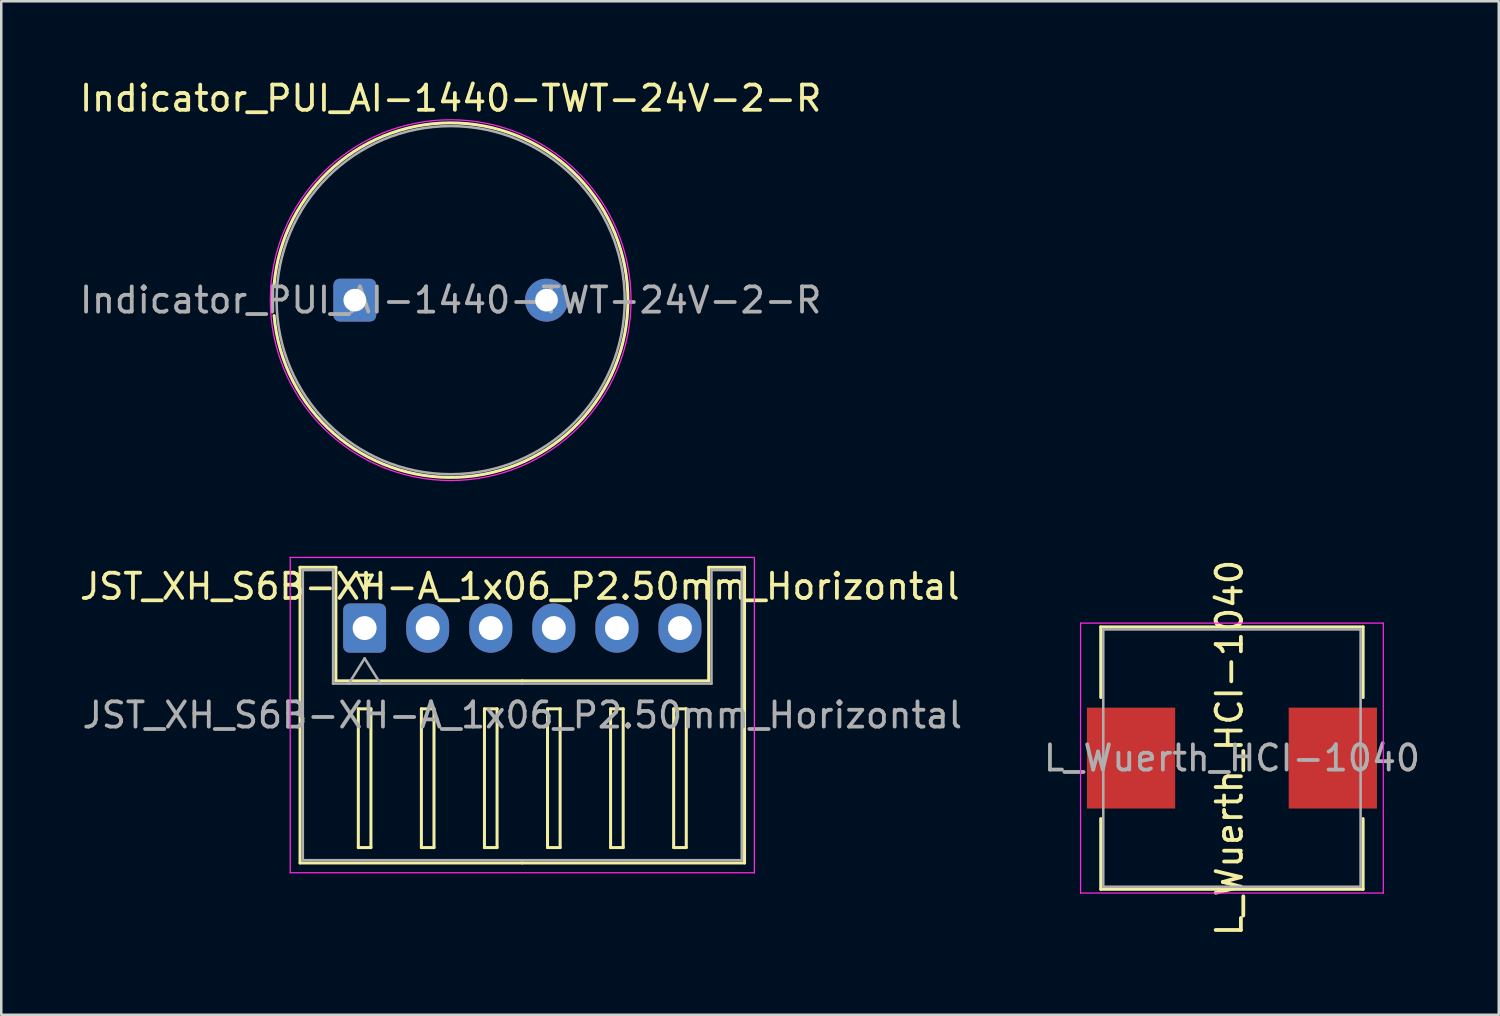
<source format=kicad_pcb>
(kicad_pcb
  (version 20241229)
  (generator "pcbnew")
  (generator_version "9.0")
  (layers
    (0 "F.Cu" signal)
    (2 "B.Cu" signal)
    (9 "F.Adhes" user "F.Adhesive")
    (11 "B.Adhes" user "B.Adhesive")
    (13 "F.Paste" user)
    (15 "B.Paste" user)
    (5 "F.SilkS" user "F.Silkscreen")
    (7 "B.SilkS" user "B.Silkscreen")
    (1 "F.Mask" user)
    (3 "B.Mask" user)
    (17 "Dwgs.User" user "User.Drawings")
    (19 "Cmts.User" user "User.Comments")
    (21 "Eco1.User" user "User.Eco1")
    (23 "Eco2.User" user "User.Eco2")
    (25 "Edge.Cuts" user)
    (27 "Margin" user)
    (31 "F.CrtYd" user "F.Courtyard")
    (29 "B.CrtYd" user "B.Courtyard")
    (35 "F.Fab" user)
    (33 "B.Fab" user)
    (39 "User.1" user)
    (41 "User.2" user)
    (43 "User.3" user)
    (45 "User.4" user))
  (footprint "Indicator_PUI_AI-1440-TWT-24V-2-R"
    (layer "F.Cu")
    (at 11.015 8.848)
    (property "Reference" "Indicator_PUI_AI-1440-TWT-24V-2-R" (at 3.8 -8 0) (layer "F.SilkS") (effects (font (size 1 1) (thickness 0.15))))
    (attr through_hole)
    (fp_arc (start -3.2 -0.615) (mid 10.826964 0.00257) (end -3.200448 0.60988) (stroke (width 0.12) (type solid)) (layer "F.SilkS"))
    (fp_circle (center 3.8 0) (end 10.95 0) (stroke (width 0.05) (type solid)) (fill no) (layer "F.CrtYd"))
    (fp_circle (center 3.8 0) (end 10.7 0) (stroke (width 0.1) (type solid)) (fill no) (layer "F.Fab"))
    (fp_text user "${REFERENCE}" (at 3.8 0 0) (layer "F.Fab") (effects (font (size 1 1) (thickness 0.15))))
    (pad "1" thru_hole roundrect (at 0 0) (size 1.7 1.7) (drill 0.9) (layers "*.Cu" "*.Mask") (roundrect_rratio 0.147))
    (pad "2" thru_hole circle (at 7.6 0) (size 1.7 1.7) (drill 0.9) (layers "*.Cu" "*.Mask")))
  (footprint "L_Wuerth_HCI-1040"
    (layer "F.Cu")
    (at 45.785 27.001)
    (property "Reference" "L_Wuerth_HCI-1040" (at -0.1 -0.4 270) (layer "F.SilkS") (effects (font (size 1 1) (thickness 0.15))))
    (attr smd)
    (fp_line (start -5.2 -5.2) (end 5.2 -5.2) (stroke (width 0.12) (type solid)) (layer "F.SilkS"))
    (fp_line (start -5.2 -2.4) (end -5.2 -5.2) (stroke (width 0.12) (type solid)) (layer "F.SilkS"))
    (fp_line (start -5.2 2.4) (end -5.2 5.2) (stroke (width 0.12) (type solid)) (layer "F.SilkS"))
    (fp_line (start -5.2 5.2) (end 5.2 5.2) (stroke (width 0.12) (type solid)) (layer "F.SilkS"))
    (fp_line (start 5.2 -5.2) (end 5.2 -2.4) (stroke (width 0.12) (type solid)) (layer "F.SilkS"))
    (fp_line (start 5.2 5.2) (end 5.2 2.4) (stroke (width 0.12) (type solid)) (layer "F.SilkS"))
    (fp_line (start -6 -5.35) (end -6 5.35) (stroke (width 0.05) (type solid)) (layer "F.CrtYd"))
    (fp_line (start -6 5.35) (end 6 5.35) (stroke (width 0.05) (type solid)) (layer "F.CrtYd"))
    (fp_line (start 6 -5.35) (end -6 -5.35) (stroke (width 0.05) (type solid)) (layer "F.CrtYd"))
    (fp_line (start 6 5.35) (end 6 -5.35) (stroke (width 0.05) (type solid)) (layer "F.CrtYd"))
    (fp_line (start -5.1 -5.1) (end -5.1 5.1) (stroke (width 0.1) (type solid)) (layer "F.Fab"))
    (fp_line (start -5.1 5.1) (end 5.1 5.1) (stroke (width 0.1) (type solid)) (layer "F.Fab"))
    (fp_line (start 5.1 -5.1) (end -5.1 -5.1) (stroke (width 0.1) (type solid)) (layer "F.Fab"))
    (fp_line (start 5.1 5.1) (end 5.1 -5.1) (stroke (width 0.1) (type solid)) (layer "F.Fab"))
    (fp_text user "${REFERENCE}" (at 0 0 180) (layer "F.Fab") (effects (font (size 1 1) (thickness 0.15))))
    (pad "1" smd rect (at -4 0) (size 3.5 4) (layers "F.Cu" "F.Mask" "F.Paste"))
    (pad "2" smd rect (at 4 0) (size 3.5 4) (layers "F.Cu" "F.Mask" "F.Paste")))
  (footprint "JST_XH_S6B-XH-A_1x06_P2.50mm_Horizontal"
    (layer "F.Cu")
    (at 11.404 21.848)
    (property "Reference" "JST_XH_S6B-XH-A_1x06_P2.50mm_Horizontal" (at 6.15 -1.65 0) (layer "F.SilkS") (effects (font (size 1 1) (thickness 0.15))))
    (attr through_hole)
    (fp_line (start -2.56 -2.41) (end -1.14 -2.41) (stroke (width 0.12) (type solid)) (layer "F.SilkS"))
    (fp_line (start -2.56 9.31) (end -2.56 -2.41) (stroke (width 0.12) (type solid)) (layer "F.SilkS"))
    (fp_line (start -1.14 -2.41) (end -1.14 2.09) (stroke (width 0.12) (type solid)) (layer "F.SilkS"))
    (fp_line (start -1.14 2.09) (end 6.25 2.09) (stroke (width 0.12) (type solid)) (layer "F.SilkS"))
    (fp_line (start -0.3 -2.1) (end 0.3 -2.1) (stroke (width 0.12) (type solid)) (layer "F.SilkS"))
    (fp_line (start -0.25 3.2) (end -0.25 8.7) (stroke (width 0.12) (type solid)) (layer "F.SilkS"))
    (fp_line (start -0.25 8.7) (end 0.25 8.7) (stroke (width 0.12) (type solid)) (layer "F.SilkS"))
    (fp_line (start 0 -1.5) (end -0.3 -2.1) (stroke (width 0.12) (type solid)) (layer "F.SilkS"))
    (fp_line (start 0.25 3.2) (end -0.25 3.2) (stroke (width 0.12) (type solid)) (layer "F.SilkS"))
    (fp_line (start 0.25 8.7) (end 0.25 3.2) (stroke (width 0.12) (type solid)) (layer "F.SilkS"))
    (fp_line (start 0.3 -2.1) (end 0 -1.5) (stroke (width 0.12) (type solid)) (layer "F.SilkS"))
    (fp_line (start 2.25 3.2) (end 2.25 8.7) (stroke (width 0.12) (type solid)) (layer "F.SilkS"))
    (fp_line (start 2.25 8.7) (end 2.75 8.7) (stroke (width 0.12) (type solid)) (layer "F.SilkS"))
    (fp_line (start 2.75 3.2) (end 2.25 3.2) (stroke (width 0.12) (type solid)) (layer "F.SilkS"))
    (fp_line (start 2.75 8.7) (end 2.75 3.2) (stroke (width 0.12) (type solid)) (layer "F.SilkS"))
    (fp_line (start 4.75 3.2) (end 4.75 8.7) (stroke (width 0.12) (type solid)) (layer "F.SilkS"))
    (fp_line (start 4.75 8.7) (end 5.25 8.7) (stroke (width 0.12) (type solid)) (layer "F.SilkS"))
    (fp_line (start 5.25 3.2) (end 4.75 3.2) (stroke (width 0.12) (type solid)) (layer "F.SilkS"))
    (fp_line (start 5.25 8.7) (end 5.25 3.2) (stroke (width 0.12) (type solid)) (layer "F.SilkS"))
    (fp_line (start 6.25 9.31) (end -2.56 9.31) (stroke (width 0.12) (type solid)) (layer "F.SilkS"))
    (fp_line (start 6.25 9.31) (end 15.06 9.31) (stroke (width 0.12) (type solid)) (layer "F.SilkS"))
    (fp_line (start 7.25 3.2) (end 7.25 8.7) (stroke (width 0.12) (type solid)) (layer "F.SilkS"))
    (fp_line (start 7.25 8.7) (end 7.75 8.7) (stroke (width 0.12) (type solid)) (layer "F.SilkS"))
    (fp_line (start 7.75 3.2) (end 7.25 3.2) (stroke (width 0.12) (type solid)) (layer "F.SilkS"))
    (fp_line (start 7.75 8.7) (end 7.75 3.2) (stroke (width 0.12) (type solid)) (layer "F.SilkS"))
    (fp_line (start 9.75 3.2) (end 9.75 8.7) (stroke (width 0.12) (type solid)) (layer "F.SilkS"))
    (fp_line (start 9.75 8.7) (end 10.25 8.7) (stroke (width 0.12) (type solid)) (layer "F.SilkS"))
    (fp_line (start 10.25 3.2) (end 9.75 3.2) (stroke (width 0.12) (type solid)) (layer "F.SilkS"))
    (fp_line (start 10.25 8.7) (end 10.25 3.2) (stroke (width 0.12) (type solid)) (layer "F.SilkS"))
    (fp_line (start 12.25 3.2) (end 12.25 8.7) (stroke (width 0.12) (type solid)) (layer "F.SilkS"))
    (fp_line (start 12.25 8.7) (end 12.75 8.7) (stroke (width 0.12) (type solid)) (layer "F.SilkS"))
    (fp_line (start 12.75 3.2) (end 12.25 3.2) (stroke (width 0.12) (type solid)) (layer "F.SilkS"))
    (fp_line (start 12.75 8.7) (end 12.75 3.2) (stroke (width 0.12) (type solid)) (layer "F.SilkS"))
    (fp_line (start 13.64 -2.41) (end 13.64 2.09) (stroke (width 0.12) (type solid)) (layer "F.SilkS"))
    (fp_line (start 13.64 2.09) (end 6.25 2.09) (stroke (width 0.12) (type solid)) (layer "F.SilkS"))
    (fp_line (start 15.06 -2.41) (end 13.64 -2.41) (stroke (width 0.12) (type solid)) (layer "F.SilkS"))
    (fp_line (start 15.06 9.31) (end 15.06 -2.41) (stroke (width 0.12) (type solid)) (layer "F.SilkS"))
    (fp_line (start -2.95 -2.8) (end -2.95 9.7) (stroke (width 0.05) (type solid)) (layer "F.CrtYd"))
    (fp_line (start -2.95 9.7) (end 15.45 9.7) (stroke (width 0.05) (type solid)) (layer "F.CrtYd"))
    (fp_line (start 15.45 -2.8) (end -2.95 -2.8) (stroke (width 0.05) (type solid)) (layer "F.CrtYd"))
    (fp_line (start 15.45 9.7) (end 15.45 -2.8) (stroke (width 0.05) (type solid)) (layer "F.CrtYd"))
    (fp_line (start -2.45 -2.3) (end -1.25 -2.3) (stroke (width 0.1) (type solid)) (layer "F.Fab"))
    (fp_line (start -2.45 9.2) (end -2.45 -2.3) (stroke (width 0.1) (type solid)) (layer "F.Fab"))
    (fp_line (start -1.25 -2.3) (end -1.25 2.2) (stroke (width 0.1) (type solid)) (layer "F.Fab"))
    (fp_line (start -1.25 2.2) (end 6.25 2.2) (stroke (width 0.1) (type solid)) (layer "F.Fab"))
    (fp_line (start -0.625 2.2) (end 0 1.2) (stroke (width 0.1) (type solid)) (layer "F.Fab"))
    (fp_line (start 0 1.2) (end 0.625 2.2) (stroke (width 0.1) (type solid)) (layer "F.Fab"))
    (fp_line (start 6.25 9.2) (end -2.45 9.2) (stroke (width 0.1) (type solid)) (layer "F.Fab"))
    (fp_line (start 6.25 9.2) (end 14.95 9.2) (stroke (width 0.1) (type solid)) (layer "F.Fab"))
    (fp_line (start 13.75 -2.3) (end 13.75 2.2) (stroke (width 0.1) (type solid)) (layer "F.Fab"))
    (fp_line (start 13.75 2.2) (end 6.25 2.2) (stroke (width 0.1) (type solid)) (layer "F.Fab"))
    (fp_line (start 14.95 -2.3) (end 13.75 -2.3) (stroke (width 0.1) (type solid)) (layer "F.Fab"))
    (fp_line (start 14.95 9.2) (end 14.95 -2.3) (stroke (width 0.1) (type solid)) (layer "F.Fab"))
    (fp_text user "${REFERENCE}" (at 6.25 3.45 0) (layer "F.Fab") (effects (font (size 1 1) (thickness 0.15))))
    (pad "1" thru_hole roundrect (at 0 0) (size 1.7 1.95) (drill 0.95) (layers "*.Cu" "*.Mask") (roundrect_rratio 0.147))
    (pad "2" thru_hole oval (at 2.5 0) (size 1.7 1.95) (drill 0.95) (layers "*.Cu" "*.Mask"))
    (pad "3" thru_hole oval (at 5 0) (size 1.7 1.95) (drill 0.95) (layers "*.Cu" "*.Mask"))
    (pad "4" thru_hole oval (at 7.5 0) (size 1.7 1.95) (drill 0.95) (layers "*.Cu" "*.Mask"))
    (pad "5" thru_hole oval (at 10 0) (size 1.7 1.95) (drill 0.95) (layers "*.Cu" "*.Mask"))
    (pad "6" thru_hole oval (at 12.5 0) (size 1.7 1.95) (drill 0.95) (layers "*.Cu" "*.Mask")))
  (gr_rect
    (start -3 -3)
    (end 56.362 37.178)
    (stroke (width 0.1) (type default))
    (fill no)
    (layer "Edge.Cuts")))
</source>
